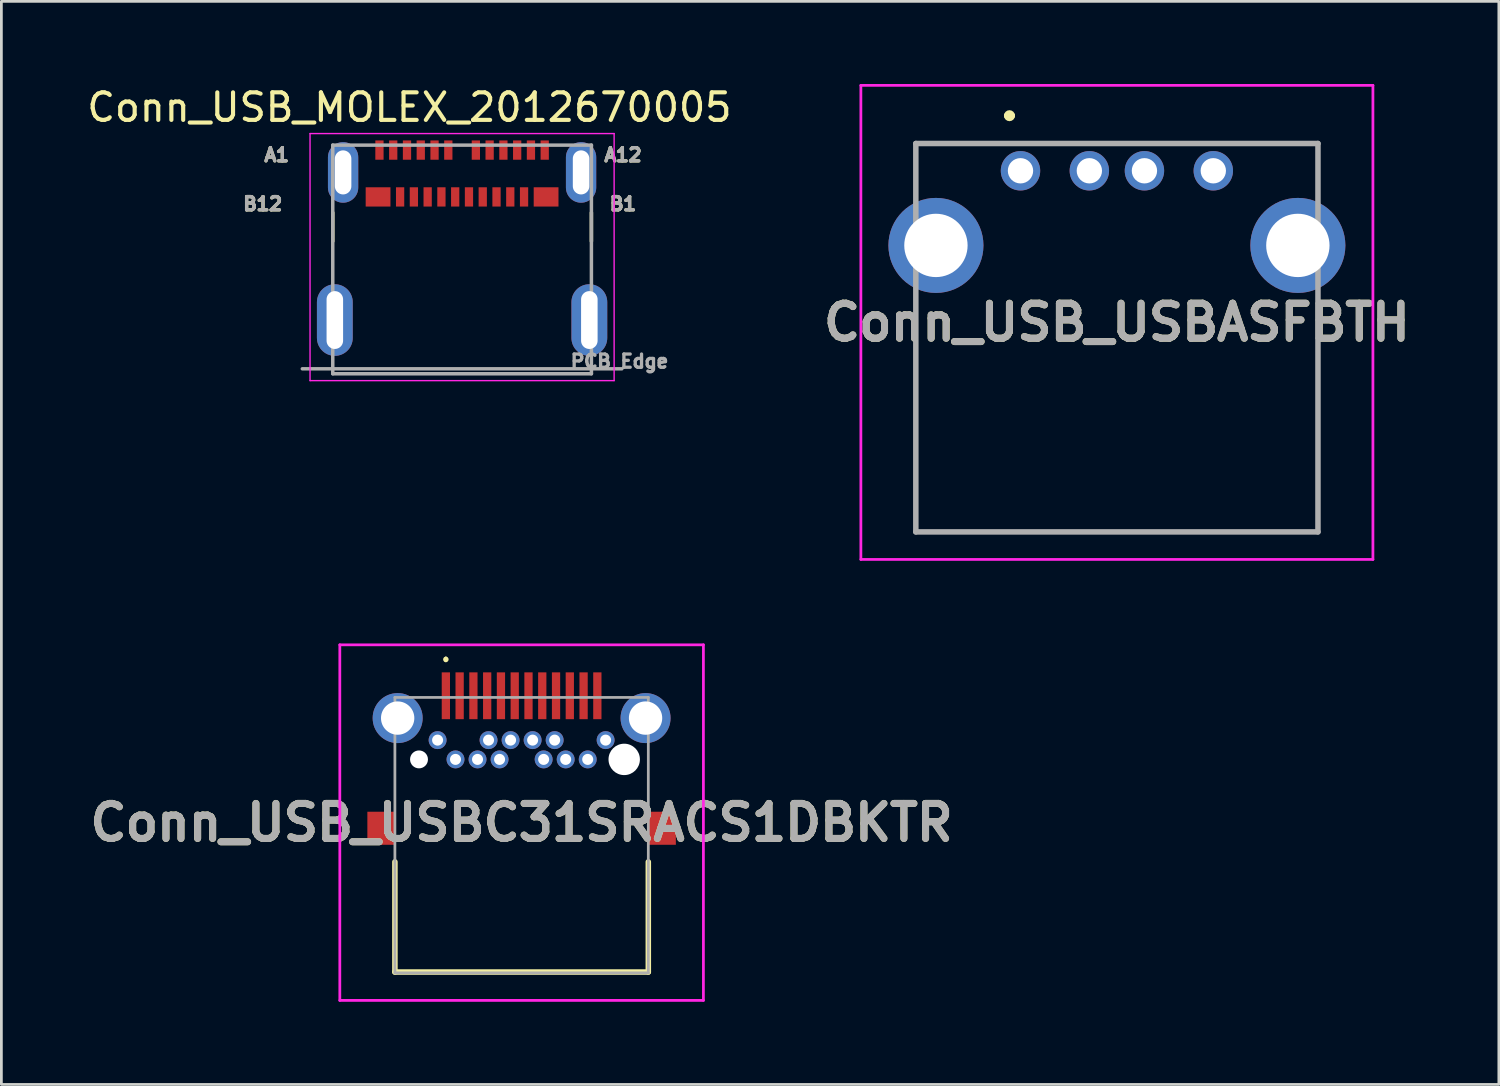
<source format=kicad_pcb>
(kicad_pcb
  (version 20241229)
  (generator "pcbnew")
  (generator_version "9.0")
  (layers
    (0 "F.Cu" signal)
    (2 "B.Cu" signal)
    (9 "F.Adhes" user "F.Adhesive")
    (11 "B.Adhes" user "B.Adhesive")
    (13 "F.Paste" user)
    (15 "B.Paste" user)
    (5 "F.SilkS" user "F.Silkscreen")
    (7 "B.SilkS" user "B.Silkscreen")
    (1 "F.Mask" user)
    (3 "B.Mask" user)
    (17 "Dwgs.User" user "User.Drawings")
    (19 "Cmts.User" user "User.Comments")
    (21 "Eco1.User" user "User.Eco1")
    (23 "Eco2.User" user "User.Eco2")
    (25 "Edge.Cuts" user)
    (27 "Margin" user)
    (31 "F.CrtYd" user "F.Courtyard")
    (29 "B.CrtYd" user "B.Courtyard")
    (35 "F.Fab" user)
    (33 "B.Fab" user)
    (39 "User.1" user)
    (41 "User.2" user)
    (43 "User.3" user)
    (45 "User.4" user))
  (footprint "Conn_USB_MOLEX_2012670005"
    (layer "F.Cu")
    (at 13.726 3.209)
    (property "Reference" "Conn_USB_MOLEX_2012670005" (at -1.911 -2.361 0) (layer "F.SilkS") (effects (font (size 1 1) (thickness 0.15))))
    (attr through_hole)
    (fp_line (start -4.695 2.5) (end -4.695 1.46) (stroke (width 0.127) (type solid)) (layer "F.SilkS"))
    (fp_line (start 4.695 2.5) (end 4.695 1.46) (stroke (width 0.127) (type solid)) (layer "F.SilkS"))
    (fp_line (start -5.52 -1.41) (end 5.52 -1.41) (stroke (width 0.05) (type solid)) (layer "F.CrtYd"))
    (fp_line (start -5.52 7.56) (end -5.52 -1.41) (stroke (width 0.05) (type solid)) (layer "F.CrtYd"))
    (fp_line (start 5.52 -1.41) (end 5.52 7.56) (stroke (width 0.05) (type solid)) (layer "F.CrtYd"))
    (fp_line (start 5.52 7.56) (end -5.52 7.56) (stroke (width 0.05) (type solid)) (layer "F.CrtYd"))
    (fp_line (start -5.8 7.13) (end 5.8 7.13) (stroke (width 0.127) (type solid)) (layer "F.Fab"))
    (fp_line (start -4.695 -0.99) (end -4.695 7.31) (stroke (width 0.127) (type solid)) (layer "F.Fab"))
    (fp_line (start -4.695 7.31) (end 4.695 7.31) (stroke (width 0.127) (type solid)) (layer "F.Fab"))
    (fp_line (start 4.695 -0.99) (end -4.695 -0.99) (stroke (width 0.127) (type solid)) (layer "F.Fab"))
    (fp_line (start 4.695 7.31) (end 4.695 -0.99) (stroke (width 0.127) (type solid)) (layer "F.Fab"))
    (fp_text user "B12" (at -7.239 1.143 0) (layer "F.SilkS") (effects (font (size 0.48 0.48) (thickness 0.15))))
    (fp_text user "A12" (at 5.842 -0.635 0) (layer "F.SilkS") (effects (font (size 0.48 0.48) (thickness 0.15))))
    (fp_text user "B1" (at 5.842 1.143 0) (layer "F.SilkS") (effects (font (size 0.48 0.48) (thickness 0.15))))
    (fp_text user "A1" (at -6.731 -0.635 0) (layer "F.SilkS") (effects (font (size 0.48 0.48) (thickness 0.15))))
    (fp_text user "A1" (at -6.731 -0.635 0) (layer "F.Fab") (effects (font (size 0.48 0.48) (thickness 0.15))))
    (fp_text user "B1" (at 5.842 1.143 0) (layer "F.Fab") (effects (font (size 0.48 0.48) (thickness 0.15))))
    (fp_text user "A12" (at 5.842 -0.635 0) (layer "F.Fab") (effects (font (size 0.48 0.48) (thickness 0.15))))
    (fp_text user "B12" (at -7.239 1.143 0) (layer "F.Fab") (effects (font (size 0.48 0.48) (thickness 0.15))))
    (fp_text user "PCB Edge" (at 5.715 6.858 0) (layer "F.Fab") (effects (font (size 0.48 0.48) (thickness 0.15))))
    (pad "A1" smd rect (at -3 -0.81) (size 0.3 0.7) (layers "F.Cu" "F.Mask" "F.Paste"))
    (pad "A2" smd rect (at -2.5 -0.81) (size 0.3 0.7) (layers "F.Cu" "F.Mask" "F.Paste"))
    (pad "A3" smd rect (at -2 -0.81) (size 0.3 0.7) (layers "F.Cu" "F.Mask" "F.Paste"))
    (pad "A4" smd rect (at -1.5 -0.81) (size 0.3 0.7) (layers "F.Cu" "F.Mask" "F.Paste"))
    (pad "A5" smd rect (at -1 -0.81) (size 0.3 0.7) (layers "F.Cu" "F.Mask" "F.Paste"))
    (pad "A6" smd rect (at -0.5 -0.81) (size 0.3 0.7) (layers "F.Cu" "F.Mask" "F.Paste"))
    (pad "A7" smd rect (at 0.5 -0.81) (size 0.3 0.7) (layers "F.Cu" "F.Mask" "F.Paste"))
    (pad "A8" smd rect (at 1 -0.81) (size 0.3 0.7) (layers "F.Cu" "F.Mask" "F.Paste"))
    (pad "A9" smd rect (at 1.5 -0.81) (size 0.3 0.7) (layers "F.Cu" "F.Mask" "F.Paste"))
    (pad "A10" smd rect (at 2 -0.81) (size 0.3 0.7) (layers "F.Cu" "F.Mask" "F.Paste"))
    (pad "A11" smd rect (at 2.5 -0.81) (size 0.3 0.7) (layers "F.Cu" "F.Mask" "F.Paste"))
    (pad "A12" smd rect (at 3 -0.81) (size 0.3 0.7) (layers "F.Cu" "F.Mask" "F.Paste"))
    (pad "B1" smd rect (at 3.05 0.89) (size 0.9 0.7) (layers "F.Cu" "F.Mask" "F.Paste"))
    (pad "B2" smd rect (at 2.25 0.89) (size 0.3 0.7) (layers "F.Cu" "F.Mask" "F.Paste"))
    (pad "B3" smd rect (at 1.75 0.89) (size 0.3 0.7) (layers "F.Cu" "F.Mask" "F.Paste"))
    (pad "B4" smd rect (at 1.25 0.89) (size 0.3 0.7) (layers "F.Cu" "F.Mask" "F.Paste"))
    (pad "B5" smd rect (at 0.75 0.89) (size 0.3 0.7) (layers "F.Cu" "F.Mask" "F.Paste"))
    (pad "B6" smd rect (at 0.25 0.89) (size 0.3 0.7) (layers "F.Cu" "F.Mask" "F.Paste"))
    (pad "B7" smd rect (at -0.25 0.89) (size 0.3 0.7) (layers "F.Cu" "F.Mask" "F.Paste"))
    (pad "B8" smd rect (at -0.75 0.89) (size 0.3 0.7) (layers "F.Cu" "F.Mask" "F.Paste"))
    (pad "B9" smd rect (at -1.25 0.89) (size 0.3 0.7) (layers "F.Cu" "F.Mask" "F.Paste"))
    (pad "B10" smd rect (at -1.75 0.89) (size 0.3 0.7) (layers "F.Cu" "F.Mask" "F.Paste"))
    (pad "B11" smd rect (at -2.25 0.89) (size 0.3 0.7) (layers "F.Cu" "F.Mask" "F.Paste"))
    (pad "B12" smd rect (at -3.05 0.89) (size 0.9 0.7) (layers "F.Cu" "F.Mask" "F.Paste"))
    (pad "S1" thru_hole oval (at -4.32 0) (size 1.1 2.2) (drill oval 0.6 1.6) (layers "*.Cu" "*.Mask"))
    (pad "S2" thru_hole oval (at 4.32 0) (size 1.1 2.2) (drill oval 0.6 1.6) (layers "*.Cu" "*.Mask"))
    (pad "S3" thru_hole oval (at -4.62 5.36) (size 1.3 2.6) (drill oval 0.6 2.1) (layers "*.Cu" "*.Mask"))
    (pad "S4" thru_hole oval (at 4.62 5.36) (size 1.3 2.6) (drill oval 0.6 2.1) (layers "*.Cu" "*.Mask")))
  (footprint "Conn_USB_USBASFBTH"
    (layer "F.Cu")
    (at 33.999 3.15)
    (property "Reference" "Conn_USB_USBASFBTH" (at 3.5 5.505 0) (layer "F.SilkS") (effects (font (size 1.27 1.27) (thickness 0.254))))
    (attr through_hole)
    (fp_line (start -3.8 -1) (end 10.8 -0.99) (stroke (width 0.1) (type solid)) (layer "F.SilkS"))
    (fp_line (start -3.8 5) (end -3.8 13.11) (stroke (width 0.1) (type solid)) (layer "F.SilkS"))
    (fp_line (start -3.8 13.11) (end 10.8 13.11) (stroke (width 0.1) (type solid)) (layer "F.SilkS"))
    (fp_line (start -0.5 -2) (end -0.5 -2) (stroke (width 0.2) (type solid)) (layer "F.SilkS"))
    (fp_line (start -0.3 -2) (end -0.3 -2) (stroke (width 0.2) (type solid)) (layer "F.SilkS"))
    (fp_line (start 10.8 13.11) (end 10.8 5.5) (stroke (width 0.1) (type solid)) (layer "F.SilkS"))
    (fp_arc (start -0.5 -2) (mid -0.4 -2.1) (end -0.3 -2) (stroke (width 0.2) (type solid)) (layer "F.SilkS"))
    (fp_arc (start -0.3 -2) (mid -0.4 -1.9) (end -0.5 -2) (stroke (width 0.2) (type solid)) (layer "F.SilkS"))
    (fp_line (start -5.795 -3.1) (end 12.795 -3.1) (stroke (width 0.1) (type solid)) (layer "F.CrtYd"))
    (fp_line (start -5.795 14.11) (end -5.795 -3.1) (stroke (width 0.1) (type solid)) (layer "F.CrtYd"))
    (fp_line (start 12.795 -3.1) (end 12.795 14.11) (stroke (width 0.1) (type solid)) (layer "F.CrtYd"))
    (fp_line (start 12.795 14.11) (end -5.795 14.11) (stroke (width 0.1) (type solid)) (layer "F.CrtYd"))
    (fp_line (start -3.8 -0.99) (end 10.8 -0.99) (stroke (width 0.2) (type solid)) (layer "F.Fab"))
    (fp_line (start -3.8 13.11) (end -3.8 -0.99) (stroke (width 0.2) (type solid)) (layer "F.Fab"))
    (fp_line (start 10.8 -0.99) (end 10.8 13.11) (stroke (width 0.2) (type solid)) (layer "F.Fab"))
    (fp_line (start 10.8 13.11) (end -3.8 13.11) (stroke (width 0.2) (type solid)) (layer "F.Fab"))
    (fp_text user "${REFERENCE}" (at 3.5 5.505 0) (layer "F.Fab") (effects (font (size 1.27 1.27) (thickness 0.254))))
    (pad "1" thru_hole circle (at 0 0) (size 1.431 1.431) (drill 0.92) (layers "*.Cu" "*.Mask"))
    (pad "2" thru_hole circle (at 2.5 0) (size 1.431 1.431) (drill 0.92) (layers "*.Cu" "*.Mask"))
    (pad "3" thru_hole circle (at 4.5 0) (size 1.431 1.431) (drill 0.92) (layers "*.Cu" "*.Mask"))
    (pad "4" thru_hole circle (at 7 0) (size 1.431 1.431) (drill 0.92) (layers "*.Cu" "*.Mask"))
    (pad "5" thru_hole circle (at -3.07 2.71) (size 3.45 3.45) (drill 2.3) (layers "*.Cu" "*.Mask"))
    (pad "5" thru_hole circle (at 10.07 2.71) (size 3.45 3.45) (drill 2.3) (layers "*.Cu" "*.Mask")))
  (footprint "Conn_USB_USBC31SRACS1DBKTR"
    (layer "F.Cu")
    (at 15.887 27.24)
    (property "Reference" "Conn_USB_USBC31SRACS1DBKTR" (at 0 -0.425 0) (layer "F.SilkS") (effects (font (size 1.27 1.27) (thickness 0.254))))
    (attr through_hole)
    (fp_line (start -4.6 1) (end -4.6 5) (stroke (width 0.2) (type solid)) (layer "F.SilkS"))
    (fp_line (start -4.6 5) (end 4.6 5) (stroke (width 0.2) (type solid)) (layer "F.SilkS"))
    (fp_line (start -2.75 -6.4) (end -2.75 -6.4) (stroke (width 0.1) (type solid)) (layer "F.SilkS"))
    (fp_line (start -2.75 -6.3) (end -2.75 -6.3) (stroke (width 0.1) (type solid)) (layer "F.SilkS"))
    (fp_line (start 4.6 5) (end 4.6 1) (stroke (width 0.2) (type solid)) (layer "F.SilkS"))
    (fp_arc (start -2.75 -6.4) (mid -2.7 -6.35) (end -2.75 -6.3) (stroke (width 0.1) (type solid)) (layer "F.SilkS"))
    (fp_arc (start -2.75 -6.3) (mid -2.8 -6.35) (end -2.75 -6.4) (stroke (width 0.1) (type solid)) (layer "F.SilkS"))
    (fp_line (start -6.6 -6.88) (end 6.6 -6.88) (stroke (width 0.1) (type solid)) (layer "F.CrtYd"))
    (fp_line (start -6.6 6.03) (end -6.6 -6.88) (stroke (width 0.1) (type solid)) (layer "F.CrtYd"))
    (fp_line (start 6.6 -6.88) (end 6.6 6.03) (stroke (width 0.1) (type solid)) (layer "F.CrtYd"))
    (fp_line (start 6.6 6.03) (end -6.6 6.03) (stroke (width 0.1) (type solid)) (layer "F.CrtYd"))
    (fp_line (start -4.6 -4.97) (end 4.6 -4.97) (stroke (width 0.1) (type solid)) (layer "F.Fab"))
    (fp_line (start -4.6 5.03) (end -4.6 -4.97) (stroke (width 0.1) (type solid)) (layer "F.Fab"))
    (fp_line (start 4.6 -4.97) (end 4.6 5.03) (stroke (width 0.1) (type solid)) (layer "F.Fab"))
    (fp_line (start 4.6 5.03) (end -4.6 5.03) (stroke (width 0.1) (type solid)) (layer "F.Fab"))
    (fp_text user "${REFERENCE}" (at 0 -0.425 0) (layer "F.Fab") (effects (font (size 1.27 1.27) (thickness 0.254))))
    (pad "" np_thru_hole circle (at -3.725 -2.72) (size 0.65 0.65) (drill 0.65) (layers "*.Cu" "*.Mask"))
    (pad "" np_thru_hole circle (at 3.725 -2.72) (size 1.14 1.14) (drill 1.14) (layers "*.Cu" "*.Mask"))
    (pad "A1" smd rect (at -2.75 -5.03) (size 0.3 1.7) (layers "F.Cu" "F.Mask" "F.Paste"))
    (pad "A2" smd rect (at -2.25 -5.03) (size 0.3 1.7) (layers "F.Cu" "F.Mask" "F.Paste"))
    (pad "A3" smd rect (at -1.75 -5.03) (size 0.3 1.7) (layers "F.Cu" "F.Mask" "F.Paste"))
    (pad "A4" smd rect (at -1.25 -5.03) (size 0.3 1.7) (layers "F.Cu" "F.Mask" "F.Paste"))
    (pad "A5" smd rect (at -0.75 -5.03) (size 0.3 1.7) (layers "F.Cu" "F.Mask" "F.Paste"))
    (pad "A6" smd rect (at -0.25 -5.03) (size 0.3 1.7) (layers "F.Cu" "F.Mask" "F.Paste"))
    (pad "A7" smd rect (at 0.25 -5.03) (size 0.3 1.7) (layers "F.Cu" "F.Mask" "F.Paste"))
    (pad "A8" smd rect (at 0.75 -5.03) (size 0.3 1.7) (layers "F.Cu" "F.Mask" "F.Paste"))
    (pad "A9" smd rect (at 1.25 -5.03) (size 0.3 1.7) (layers "F.Cu" "F.Mask" "F.Paste"))
    (pad "A10" smd rect (at 1.75 -5.03) (size 0.3 1.7) (layers "F.Cu" "F.Mask" "F.Paste"))
    (pad "A11" smd rect (at 2.25 -5.03) (size 0.3 1.7) (layers "F.Cu" "F.Mask" "F.Paste"))
    (pad "A12" smd rect (at 2.75 -5.03) (size 0.3 1.7) (layers "F.Cu" "F.Mask" "F.Paste"))
    (pad "B1" thru_hole circle (at 3.05 -3.42) (size 0.65 0.65) (drill 0.4) (layers "*.Cu" "*.Mask"))
    (pad "B2" thru_hole circle (at 2.4 -2.72) (size 0.65 0.65) (drill 0.4) (layers "*.Cu" "*.Mask"))
    (pad "B3" thru_hole circle (at 1.6 -2.72) (size 0.65 0.65) (drill 0.4) (layers "*.Cu" "*.Mask"))
    (pad "B4" thru_hole circle (at 1.2 -3.42) (size 0.65 0.65) (drill 0.4) (layers "*.Cu" "*.Mask"))
    (pad "B5" thru_hole circle (at 0.8 -2.72) (size 0.65 0.65) (drill 0.4) (layers "*.Cu" "*.Mask"))
    (pad "B6" thru_hole circle (at 0.4 -3.42) (size 0.65 0.65) (drill 0.4) (layers "*.Cu" "*.Mask"))
    (pad "B7" thru_hole circle (at -0.4 -3.42) (size 0.65 0.65) (drill 0.4) (layers "*.Cu" "*.Mask"))
    (pad "B8" thru_hole circle (at -0.8 -2.72) (size 0.65 0.65) (drill 0.4) (layers "*.Cu" "*.Mask"))
    (pad "B9" thru_hole circle (at -1.2 -3.42) (size 0.65 0.65) (drill 0.4) (layers "*.Cu" "*.Mask"))
    (pad "B10" thru_hole circle (at -1.6 -2.72) (size 0.65 0.65) (drill 0.4) (layers "*.Cu" "*.Mask"))
    (pad "B11" thru_hole circle (at -2.4 -2.72) (size 0.65 0.65) (drill 0.4) (layers "*.Cu" "*.Mask"))
    (pad "B12" thru_hole circle (at -3.05 -3.42) (size 0.65 0.65) (drill 0.4) (layers "*.Cu" "*.Mask"))
    (pad "MH1" thru_hole circle (at -4.5 -4.22) (size 1.815 1.815) (drill 1.21) (layers "*.Cu" "*.Mask"))
    (pad "MH2" thru_hole circle (at 4.5 -4.22) (size 1.815 1.815) (drill 1.21) (layers "*.Cu" "*.Mask"))
    (pad "MP1" smd rect (at -5.1 -0.22) (size 1 1.2) (layers "F.Cu" "F.Mask" "F.Paste"))
    (pad "MP2" smd rect (at 5.1 -0.22) (size 1 1.2) (layers "F.Cu" "F.Mask" "F.Paste")))
  (gr_rect
    (start -3 -3)
    (end 51.366 36.32)
    (stroke (width 0.1) (type default))
    (fill no)
    (layer "Edge.Cuts")))
</source>
